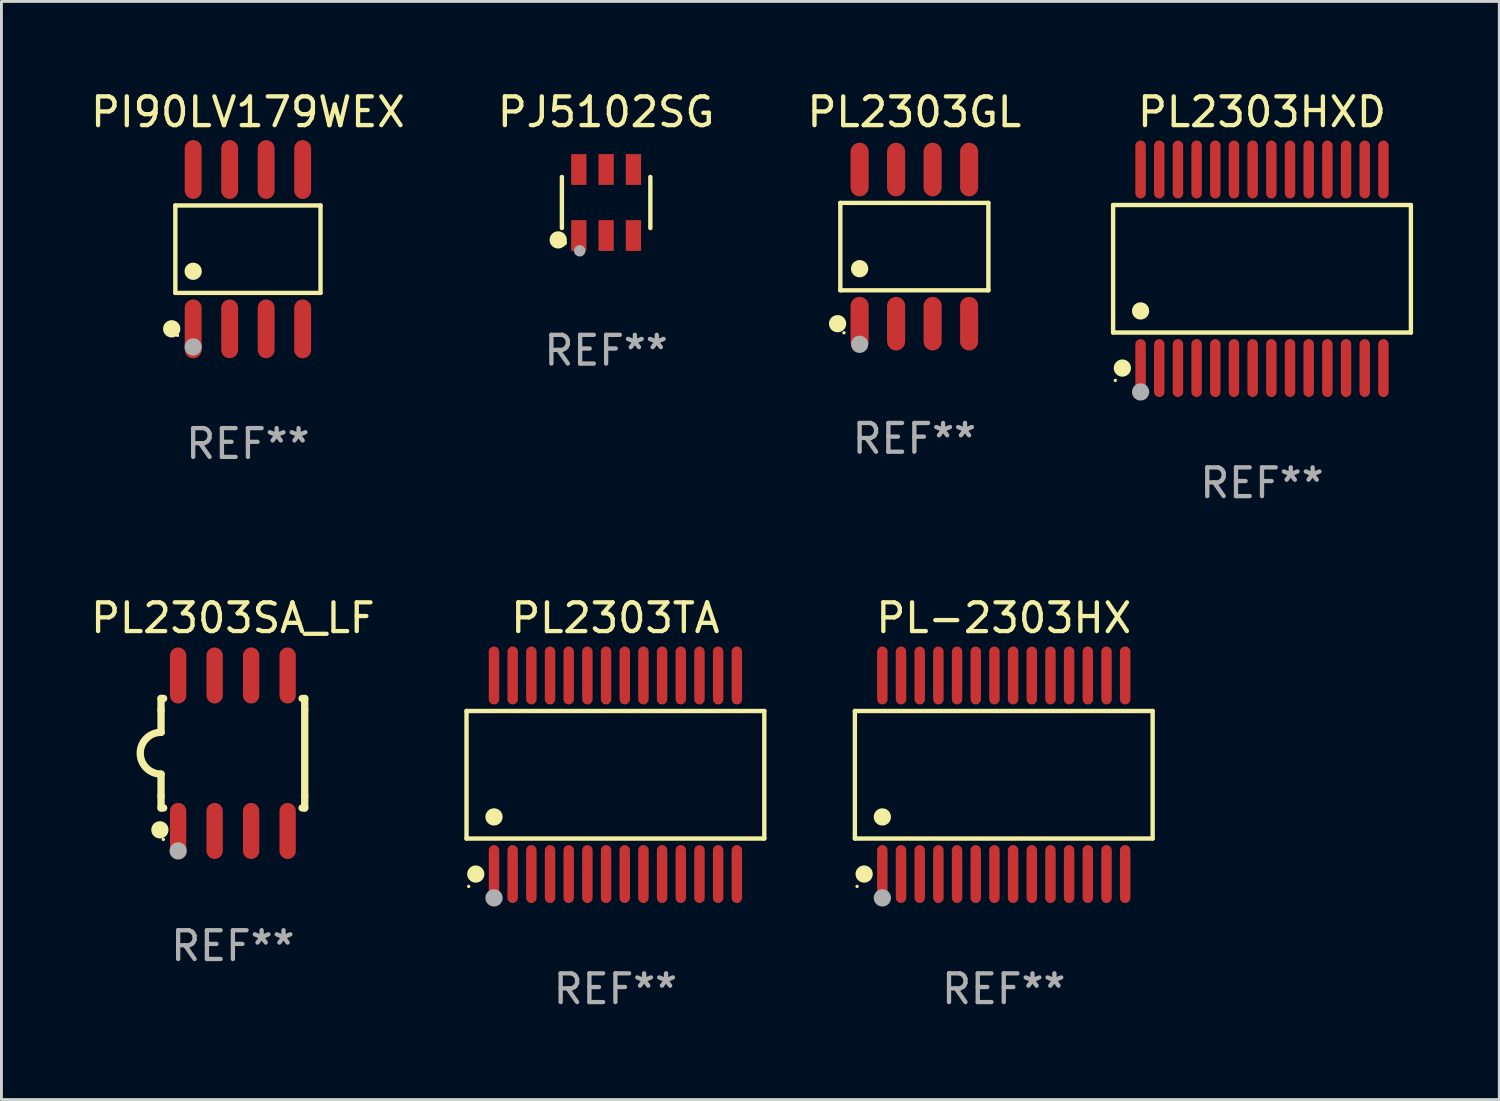
<source format=kicad_pcb>
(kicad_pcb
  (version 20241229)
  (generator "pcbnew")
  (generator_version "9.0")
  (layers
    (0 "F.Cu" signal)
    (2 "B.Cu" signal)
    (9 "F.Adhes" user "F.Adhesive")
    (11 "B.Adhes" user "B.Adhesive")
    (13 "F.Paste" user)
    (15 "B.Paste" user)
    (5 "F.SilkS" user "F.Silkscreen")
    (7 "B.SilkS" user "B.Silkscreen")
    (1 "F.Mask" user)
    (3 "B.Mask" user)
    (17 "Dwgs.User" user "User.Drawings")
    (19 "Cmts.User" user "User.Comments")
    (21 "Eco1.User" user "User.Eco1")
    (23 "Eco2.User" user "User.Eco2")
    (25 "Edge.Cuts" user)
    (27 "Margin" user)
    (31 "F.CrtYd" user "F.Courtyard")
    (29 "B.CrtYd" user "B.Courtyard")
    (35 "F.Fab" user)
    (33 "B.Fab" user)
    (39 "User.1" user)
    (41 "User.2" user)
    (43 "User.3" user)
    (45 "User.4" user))
  (footprint "PL2303TA"
    (layer "F.Cu")
    (at 18.365 23.91)
    (property "Reference" "PL2303TA" (at 0 -5.455 0) (layer "F.SilkS") (effects (font (size 1 1) (thickness 0.15))))
    (attr through_hole)
    (fp_line (start -5.181 -2.219) (end 5.181 -2.219) (stroke (width 0.152) (type solid)) (layer "F.SilkS"))
    (fp_line (start -5.181 2.219) (end -5.181 -2.219) (stroke (width 0.152) (type solid)) (layer "F.SilkS"))
    (fp_line (start 5.181 -2.219) (end 5.181 2.219) (stroke (width 0.152) (type solid)) (layer "F.SilkS"))
    (fp_line (start 5.181 2.219) (end -5.181 2.219) (stroke (width 0.152) (type solid)) (layer "F.SilkS"))
    (fp_circle (center -5.105 3.885) (end -5.075 3.885) (stroke (width 0.06) (type solid)) (fill no) (layer "F.SilkS"))
    (fp_circle (center -4.859 3.455) (end -4.709 3.455) (stroke (width 0.3) (type solid)) (fill no) (layer "F.SilkS"))
    (fp_circle (center -4.225 1.467) (end -4.075 1.467) (stroke (width 0.3) (type solid)) (fill no) (layer "F.SilkS"))
    (fp_circle (center -4.225 4.285) (end -4.075 4.285) (stroke (width 0.3) (type solid)) (fill no) (layer "F.Fab"))
    (fp_text user "REF**" (at 0 7.455 0) (layer "F.Fab") (effects (font (size 1 1) (thickness 0.15))))
    (pad "1" smd oval (at -4.225 3.455) (size 0.364 2.015) (layers "F.Cu" "F.Mask" "F.Paste"))
    (pad "2" smd oval (at -3.575 3.455) (size 0.364 2.015) (layers "F.Cu" "F.Mask" "F.Paste"))
    (pad "3" smd oval (at -2.925 3.455) (size 0.364 2.015) (layers "F.Cu" "F.Mask" "F.Paste"))
    (pad "4" smd oval (at -2.275 3.455) (size 0.364 2.015) (layers "F.Cu" "F.Mask" "F.Paste"))
    (pad "5" smd oval (at -1.625 3.455) (size 0.364 2.015) (layers "F.Cu" "F.Mask" "F.Paste"))
    (pad "6" smd oval (at -0.975 3.455) (size 0.364 2.015) (layers "F.Cu" "F.Mask" "F.Paste"))
    (pad "7" smd oval (at -0.325 3.455) (size 0.364 2.015) (layers "F.Cu" "F.Mask" "F.Paste"))
    (pad "8" smd oval (at 0.325 3.455) (size 0.364 2.015) (layers "F.Cu" "F.Mask" "F.Paste"))
    (pad "9" smd oval (at 0.975 3.455) (size 0.364 2.015) (layers "F.Cu" "F.Mask" "F.Paste"))
    (pad "10" smd oval (at 1.625 3.455) (size 0.364 2.015) (layers "F.Cu" "F.Mask" "F.Paste"))
    (pad "11" smd oval (at 2.275 3.455) (size 0.364 2.015) (layers "F.Cu" "F.Mask" "F.Paste"))
    (pad "12" smd oval (at 2.925 3.455) (size 0.364 2.015) (layers "F.Cu" "F.Mask" "F.Paste"))
    (pad "13" smd oval (at 3.575 3.455) (size 0.364 2.015) (layers "F.Cu" "F.Mask" "F.Paste"))
    (pad "14" smd oval (at 4.225 3.455) (size 0.364 2.015) (layers "F.Cu" "F.Mask" "F.Paste"))
    (pad "15" smd oval (at 4.225 -3.455) (size 0.364 2.015) (layers "F.Cu" "F.Mask" "F.Paste"))
    (pad "16" smd oval (at 3.575 -3.455) (size 0.364 2.015) (layers "F.Cu" "F.Mask" "F.Paste"))
    (pad "17" smd oval (at 2.925 -3.455) (size 0.364 2.015) (layers "F.Cu" "F.Mask" "F.Paste"))
    (pad "18" smd oval (at 2.275 -3.455) (size 0.364 2.015) (layers "F.Cu" "F.Mask" "F.Paste"))
    (pad "19" smd oval (at 1.625 -3.455) (size 0.364 2.015) (layers "F.Cu" "F.Mask" "F.Paste"))
    (pad "20" smd oval (at 0.975 -3.455) (size 0.364 2.015) (layers "F.Cu" "F.Mask" "F.Paste"))
    (pad "21" smd oval (at 0.325 -3.455) (size 0.364 2.015) (layers "F.Cu" "F.Mask" "F.Paste"))
    (pad "22" smd oval (at -0.325 -3.455) (size 0.364 2.015) (layers "F.Cu" "F.Mask" "F.Paste"))
    (pad "23" smd oval (at -0.975 -3.455) (size 0.364 2.015) (layers "F.Cu" "F.Mask" "F.Paste"))
    (pad "24" smd oval (at -1.625 -3.455) (size 0.364 2.015) (layers "F.Cu" "F.Mask" "F.Paste"))
    (pad "25" smd oval (at -2.275 -3.455) (size 0.364 2.015) (layers "F.Cu" "F.Mask" "F.Paste"))
    (pad "26" smd oval (at -2.925 -3.455) (size 0.364 2.015) (layers "F.Cu" "F.Mask" "F.Paste"))
    (pad "27" smd oval (at -3.575 -3.455) (size 0.364 2.015) (layers "F.Cu" "F.Mask" "F.Paste"))
    (pad "28" smd oval (at -4.225 -3.455) (size 0.364 2.015) (layers "F.Cu" "F.Mask" "F.Paste")))
  (footprint "PL-2303HX"
    (layer "F.Cu")
    (at 31.879 23.91)
    (property "Reference" "PL-2303HX" (at 0 -5.455 0) (layer "F.SilkS") (effects (font (size 1 1) (thickness 0.15))))
    (attr through_hole)
    (fp_line (start -5.181 -2.219) (end 5.181 -2.219) (stroke (width 0.152) (type solid)) (layer "F.SilkS"))
    (fp_line (start -5.181 2.219) (end -5.181 -2.219) (stroke (width 0.152) (type solid)) (layer "F.SilkS"))
    (fp_line (start 5.181 -2.219) (end 5.181 2.219) (stroke (width 0.152) (type solid)) (layer "F.SilkS"))
    (fp_line (start 5.181 2.219) (end -5.181 2.219) (stroke (width 0.152) (type solid)) (layer "F.SilkS"))
    (fp_circle (center -5.105 3.885) (end -5.075 3.885) (stroke (width 0.06) (type solid)) (fill no) (layer "F.SilkS"))
    (fp_circle (center -4.859 3.455) (end -4.709 3.455) (stroke (width 0.3) (type solid)) (fill no) (layer "F.SilkS"))
    (fp_circle (center -4.225 1.467) (end -4.075 1.467) (stroke (width 0.3) (type solid)) (fill no) (layer "F.SilkS"))
    (fp_circle (center -4.225 4.285) (end -4.075 4.285) (stroke (width 0.3) (type solid)) (fill no) (layer "F.Fab"))
    (fp_text user "REF**" (at 0 7.455 0) (layer "F.Fab") (effects (font (size 1 1) (thickness 0.15))))
    (pad "1" smd oval (at -4.225 3.455) (size 0.364 2.015) (layers "F.Cu" "F.Mask" "F.Paste"))
    (pad "2" smd oval (at -3.575 3.455) (size 0.364 2.015) (layers "F.Cu" "F.Mask" "F.Paste"))
    (pad "3" smd oval (at -2.925 3.455) (size 0.364 2.015) (layers "F.Cu" "F.Mask" "F.Paste"))
    (pad "4" smd oval (at -2.275 3.455) (size 0.364 2.015) (layers "F.Cu" "F.Mask" "F.Paste"))
    (pad "5" smd oval (at -1.625 3.455) (size 0.364 2.015) (layers "F.Cu" "F.Mask" "F.Paste"))
    (pad "6" smd oval (at -0.975 3.455) (size 0.364 2.015) (layers "F.Cu" "F.Mask" "F.Paste"))
    (pad "7" smd oval (at -0.325 3.455) (size 0.364 2.015) (layers "F.Cu" "F.Mask" "F.Paste"))
    (pad "8" smd oval (at 0.325 3.455) (size 0.364 2.015) (layers "F.Cu" "F.Mask" "F.Paste"))
    (pad "9" smd oval (at 0.975 3.455) (size 0.364 2.015) (layers "F.Cu" "F.Mask" "F.Paste"))
    (pad "10" smd oval (at 1.625 3.455) (size 0.364 2.015) (layers "F.Cu" "F.Mask" "F.Paste"))
    (pad "11" smd oval (at 2.275 3.455) (size 0.364 2.015) (layers "F.Cu" "F.Mask" "F.Paste"))
    (pad "12" smd oval (at 2.925 3.455) (size 0.364 2.015) (layers "F.Cu" "F.Mask" "F.Paste"))
    (pad "13" smd oval (at 3.575 3.455) (size 0.364 2.015) (layers "F.Cu" "F.Mask" "F.Paste"))
    (pad "14" smd oval (at 4.225 3.455) (size 0.364 2.015) (layers "F.Cu" "F.Mask" "F.Paste"))
    (pad "15" smd oval (at 4.225 -3.455) (size 0.364 2.015) (layers "F.Cu" "F.Mask" "F.Paste"))
    (pad "16" smd oval (at 3.575 -3.455) (size 0.364 2.015) (layers "F.Cu" "F.Mask" "F.Paste"))
    (pad "17" smd oval (at 2.925 -3.455) (size 0.364 2.015) (layers "F.Cu" "F.Mask" "F.Paste"))
    (pad "18" smd oval (at 2.275 -3.455) (size 0.364 2.015) (layers "F.Cu" "F.Mask" "F.Paste"))
    (pad "19" smd oval (at 1.625 -3.455) (size 0.364 2.015) (layers "F.Cu" "F.Mask" "F.Paste"))
    (pad "20" smd oval (at 0.975 -3.455) (size 0.364 2.015) (layers "F.Cu" "F.Mask" "F.Paste"))
    (pad "21" smd oval (at 0.325 -3.455) (size 0.364 2.015) (layers "F.Cu" "F.Mask" "F.Paste"))
    (pad "22" smd oval (at -0.325 -3.455) (size 0.364 2.015) (layers "F.Cu" "F.Mask" "F.Paste"))
    (pad "23" smd oval (at -0.975 -3.455) (size 0.364 2.015) (layers "F.Cu" "F.Mask" "F.Paste"))
    (pad "24" smd oval (at -1.625 -3.455) (size 0.364 2.015) (layers "F.Cu" "F.Mask" "F.Paste"))
    (pad "25" smd oval (at -2.275 -3.455) (size 0.364 2.015) (layers "F.Cu" "F.Mask" "F.Paste"))
    (pad "26" smd oval (at -2.925 -3.455) (size 0.364 2.015) (layers "F.Cu" "F.Mask" "F.Paste"))
    (pad "27" smd oval (at -3.575 -3.455) (size 0.364 2.015) (layers "F.Cu" "F.Mask" "F.Paste"))
    (pad "28" smd oval (at -4.225 -3.455) (size 0.364 2.015) (layers "F.Cu" "F.Mask" "F.Paste")))
  (footprint "PL2303SA_LF"
    (layer "F.Cu")
    (at 5.054 23.16)
    (property "Reference" "PL2303SA_LF" (at 0 -4.705 0) (layer "F.SilkS") (effects (font (size 1 1) (thickness 0.15))))
    (attr through_hole)
    (fp_line (start -2.5 -1.905) (end -2.409 -1.905) (stroke (width 0.254) (type solid)) (layer "F.SilkS"))
    (fp_line (start -2.5 -1.5) (end -2.5 -1.905) (stroke (width 0.254) (type solid)) (layer "F.SilkS"))
    (fp_line (start -2.5 -1.5) (end -2.5 -0.726) (stroke (width 0.254) (type solid)) (layer "F.SilkS"))
    (fp_line (start -2.5 1.5) (end -2.5 0.727) (stroke (width 0.254) (type solid)) (layer "F.SilkS"))
    (fp_line (start -2.5 1.5) (end -2.5 1.905) (stroke (width 0.254) (type solid)) (layer "F.SilkS"))
    (fp_line (start -2.5 1.905) (end -2.409 1.905) (stroke (width 0.254) (type solid)) (layer "F.SilkS"))
    (fp_line (start 2.5 -1.905) (end 2.409 -1.905) (stroke (width 0.254) (type solid)) (layer "F.SilkS"))
    (fp_line (start 2.5 -1.5) (end 2.5 -1.905) (stroke (width 0.254) (type solid)) (layer "F.SilkS"))
    (fp_line (start 2.5 -1.5) (end 2.5 1.5) (stroke (width 0.254) (type solid)) (layer "F.SilkS"))
    (fp_line (start 2.5 1.5) (end 2.5 1.905) (stroke (width 0.254) (type solid)) (layer "F.SilkS"))
    (fp_line (start 2.5 1.905) (end 2.409 1.905) (stroke (width 0.254) (type solid)) (layer "F.SilkS"))
    (fp_arc (start -2.5 0.726568) (mid -3.220316 -0.0023) (end -2.495097 -0.726289) (stroke (width 0.254001) (type solid)) (layer "F.SilkS"))
    (fp_circle (center -2.54 2.667) (end -2.39 2.667) (stroke (width 0.3) (type solid)) (fill no) (layer "F.SilkS"))
    (fp_circle (center -2.42 3) (end -2.39 3) (stroke (width 0.06) (type solid)) (fill no) (layer "F.SilkS"))
    (fp_circle (center -1.905 3.4) (end -1.755 3.4) (stroke (width 0.3) (type solid)) (fill no) (layer "F.Fab"))
    (fp_text user "REF**" (at 0 6.705 0) (layer "F.Fab") (effects (font (size 1 1) (thickness 0.15))))
    (pad "1" smd oval (at -1.905 2.705) (size 0.568 1.95) (layers "F.Cu" "F.Mask" "F.Paste"))
    (pad "2" smd oval (at -0.635 2.705) (size 0.568 1.95) (layers "F.Cu" "F.Mask" "F.Paste"))
    (pad "3" smd oval (at 0.635 2.705) (size 0.568 1.95) (layers "F.Cu" "F.Mask" "F.Paste"))
    (pad "4" smd oval (at 1.905 2.705) (size 0.568 1.95) (layers "F.Cu" "F.Mask" "F.Paste"))
    (pad "5" smd oval (at 1.905 -2.705) (size 0.568 1.95) (layers "F.Cu" "F.Mask" "F.Paste"))
    (pad "6" smd oval (at 0.635 -2.705) (size 0.568 1.95) (layers "F.Cu" "F.Mask" "F.Paste"))
    (pad "7" smd oval (at -0.635 -2.705) (size 0.568 1.95) (layers "F.Cu" "F.Mask" "F.Paste"))
    (pad "8" smd oval (at -1.905 -2.705) (size 0.568 1.95) (layers "F.Cu" "F.Mask" "F.Paste")))
  (footprint "PJ5102SG"
    (layer "F.Cu")
    (at 18.042 3.997)
    (property "Reference" "PJ5102SG" (at 0 -3.149 0) (layer "F.SilkS") (effects (font (size 1 1) (thickness 0.15))))
    (attr through_hole)
    (fp_line (start -1.539 0.889) (end -1.539 -0.889) (stroke (width 0.152) (type solid)) (layer "F.SilkS"))
    (fp_line (start 1.539 0.889) (end 1.539 -0.889) (stroke (width 0.152) (type solid)) (layer "F.SilkS"))
    (fp_circle (center -1.668 1.301) (end -1.518 1.301) (stroke (width 0.3) (type solid)) (fill no) (layer "F.SilkS"))
    (fp_circle (center -1.463 1.4) (end -1.413 1.4) (stroke (width 0.1) (type solid)) (fill no) (layer "F.SilkS"))
    (fp_circle (center -0.92 1.68) (end -0.82 1.68) (stroke (width 0.2) (type solid)) (fill no) (layer "F.Fab"))
    (fp_text user "REF**" (at 0 5.149 0) (layer "F.Fab") (effects (font (size 1 1) (thickness 0.15))))
    (pad "1" smd rect (at -0.95 1.149) (size 0.532 1.072) (layers "F.Cu" "F.Mask" "F.Paste"))
    (pad "2" smd rect (at 0 1.149) (size 0.532 1.072) (layers "F.Cu" "F.Mask" "F.Paste"))
    (pad "3" smd rect (at 0.95 1.149) (size 0.532 1.072) (layers "F.Cu" "F.Mask" "F.Paste"))
    (pad "4" smd rect (at 0.95 -1.149) (size 0.532 1.072) (layers "F.Cu" "F.Mask" "F.Paste"))
    (pad "5" smd rect (at 0 -1.149) (size 0.532 1.072) (layers "F.Cu" "F.Mask" "F.Paste"))
    (pad "6" smd rect (at -0.95 -1.149) (size 0.532 1.072) (layers "F.Cu" "F.Mask" "F.Paste")))
  (footprint "PI90LV179WEX"
    (layer "F.Cu")
    (at 5.577 5.621)
    (property "Reference" "PI90LV179WEX" (at 0 -4.772 0) (layer "F.SilkS") (effects (font (size 1 1) (thickness 0.15))))
    (attr through_hole)
    (fp_line (start -2.526 -1.521) (end 2.526 -1.521) (stroke (width 0.152) (type solid)) (layer "F.SilkS"))
    (fp_line (start -2.526 1.521) (end -2.526 -1.521) (stroke (width 0.152) (type solid)) (layer "F.SilkS"))
    (fp_line (start 2.526 -1.521) (end 2.526 1.521) (stroke (width 0.152) (type solid)) (layer "F.SilkS"))
    (fp_line (start 2.526 1.521) (end -2.526 1.521) (stroke (width 0.152) (type solid)) (layer "F.SilkS"))
    (fp_circle (center -2.652 2.772) (end -2.501 2.772) (stroke (width 0.3) (type solid)) (fill no) (layer "F.SilkS"))
    (fp_circle (center -2.45 3) (end -2.42 3) (stroke (width 0.06) (type solid)) (fill no) (layer "F.SilkS"))
    (fp_circle (center -1.905 0.769) (end -1.755 0.769) (stroke (width 0.3) (type solid)) (fill no) (layer "F.SilkS"))
    (fp_circle (center -1.905 3.4) (end -1.755 3.4) (stroke (width 0.3) (type solid)) (fill no) (layer "F.Fab"))
    (fp_text user "REF**" (at 0 6.772 0) (layer "F.Fab") (effects (font (size 1 1) (thickness 0.15))))
    (pad "1" smd oval (at -1.905 2.772) (size 0.588 2.045) (layers "F.Cu" "F.Mask" "F.Paste"))
    (pad "2" smd oval (at -0.635 2.772) (size 0.588 2.045) (layers "F.Cu" "F.Mask" "F.Paste"))
    (pad "3" smd oval (at 0.635 2.772) (size 0.588 2.045) (layers "F.Cu" "F.Mask" "F.Paste"))
    (pad "4" smd oval (at 1.905 2.772) (size 0.588 2.045) (layers "F.Cu" "F.Mask" "F.Paste"))
    (pad "5" smd oval (at 1.905 -2.772) (size 0.588 2.045) (layers "F.Cu" "F.Mask" "F.Paste"))
    (pad "6" smd oval (at 0.635 -2.772) (size 0.588 2.045) (layers "F.Cu" "F.Mask" "F.Paste"))
    (pad "7" smd oval (at -0.635 -2.772) (size 0.588 2.045) (layers "F.Cu" "F.Mask" "F.Paste"))
    (pad "8" smd oval (at -1.905 -2.772) (size 0.588 2.045) (layers "F.Cu" "F.Mask" "F.Paste")))
  (footprint "PL2303GL"
    (layer "F.Cu")
    (at 28.768 5.531)
    (property "Reference" "PL2303GL" (at 0 -4.682 0) (layer "F.SilkS") (effects (font (size 1 1) (thickness 0.15))))
    (attr through_hole)
    (fp_line (start -2.576 -1.521) (end 2.576 -1.521) (stroke (width 0.152) (type solid)) (layer "F.SilkS"))
    (fp_line (start -2.576 1.521) (end -2.576 -1.521) (stroke (width 0.152) (type solid)) (layer "F.SilkS"))
    (fp_line (start 2.576 -1.521) (end 2.576 1.521) (stroke (width 0.152) (type solid)) (layer "F.SilkS"))
    (fp_line (start 2.576 1.521) (end -2.576 1.521) (stroke (width 0.152) (type solid)) (layer "F.SilkS"))
    (fp_circle (center -2.672 2.682) (end -2.522 2.682) (stroke (width 0.3) (type solid)) (fill no) (layer "F.SilkS"))
    (fp_circle (center -2.45 3) (end -2.42 3) (stroke (width 0.06) (type solid)) (fill no) (layer "F.SilkS"))
    (fp_circle (center -1.905 0.769) (end -1.755 0.769) (stroke (width 0.3) (type solid)) (fill no) (layer "F.SilkS"))
    (fp_circle (center -1.905 3.4) (end -1.755 3.4) (stroke (width 0.3) (type solid)) (fill no) (layer "F.Fab"))
    (fp_text user "REF**" (at 0 6.682 0) (layer "F.Fab") (effects (font (size 1 1) (thickness 0.15))))
    (pad "1" smd oval (at -1.905 2.682) (size 0.63 1.865) (layers "F.Cu" "F.Mask" "F.Paste"))
    (pad "2" smd oval (at -0.635 2.682) (size 0.63 1.865) (layers "F.Cu" "F.Mask" "F.Paste"))
    (pad "3" smd oval (at 0.635 2.682) (size 0.63 1.865) (layers "F.Cu" "F.Mask" "F.Paste"))
    (pad "4" smd oval (at 1.905 2.682) (size 0.63 1.865) (layers "F.Cu" "F.Mask" "F.Paste"))
    (pad "5" smd oval (at 1.905 -2.682) (size 0.63 1.865) (layers "F.Cu" "F.Mask" "F.Paste"))
    (pad "6" smd oval (at 0.635 -2.682) (size 0.63 1.865) (layers "F.Cu" "F.Mask" "F.Paste"))
    (pad "7" smd oval (at -0.635 -2.682) (size 0.63 1.865) (layers "F.Cu" "F.Mask" "F.Paste"))
    (pad "8" smd oval (at -1.905 -2.682) (size 0.63 1.865) (layers "F.Cu" "F.Mask" "F.Paste")))
  (footprint "PL2303HXD"
    (layer "F.Cu")
    (at 40.865 6.303)
    (property "Reference" "PL2303HXD" (at 0 -5.455 0) (layer "F.SilkS") (effects (font (size 1 1) (thickness 0.15))))
    (attr through_hole)
    (fp_line (start -5.181 -2.219) (end 5.181 -2.219) (stroke (width 0.152) (type solid)) (layer "F.SilkS"))
    (fp_line (start -5.181 2.219) (end -5.181 -2.219) (stroke (width 0.152) (type solid)) (layer "F.SilkS"))
    (fp_line (start 5.181 -2.219) (end 5.181 2.219) (stroke (width 0.152) (type solid)) (layer "F.SilkS"))
    (fp_line (start 5.181 2.219) (end -5.181 2.219) (stroke (width 0.152) (type solid)) (layer "F.SilkS"))
    (fp_circle (center -5.105 3.885) (end -5.075 3.885) (stroke (width 0.06) (type solid)) (fill no) (layer "F.SilkS"))
    (fp_circle (center -4.859 3.455) (end -4.709 3.455) (stroke (width 0.3) (type solid)) (fill no) (layer "F.SilkS"))
    (fp_circle (center -4.225 1.467) (end -4.075 1.467) (stroke (width 0.3) (type solid)) (fill no) (layer "F.SilkS"))
    (fp_circle (center -4.225 4.285) (end -4.075 4.285) (stroke (width 0.3) (type solid)) (fill no) (layer "F.Fab"))
    (fp_text user "REF**" (at 0 7.455 0) (layer "F.Fab") (effects (font (size 1 1) (thickness 0.15))))
    (pad "1" smd oval (at -4.225 3.455) (size 0.364 2.015) (layers "F.Cu" "F.Mask" "F.Paste"))
    (pad "2" smd oval (at -3.575 3.455) (size 0.364 2.015) (layers "F.Cu" "F.Mask" "F.Paste"))
    (pad "3" smd oval (at -2.925 3.455) (size 0.364 2.015) (layers "F.Cu" "F.Mask" "F.Paste"))
    (pad "4" smd oval (at -2.275 3.455) (size 0.364 2.015) (layers "F.Cu" "F.Mask" "F.Paste"))
    (pad "5" smd oval (at -1.625 3.455) (size 0.364 2.015) (layers "F.Cu" "F.Mask" "F.Paste"))
    (pad "6" smd oval (at -0.975 3.455) (size 0.364 2.015) (layers "F.Cu" "F.Mask" "F.Paste"))
    (pad "7" smd oval (at -0.325 3.455) (size 0.364 2.015) (layers "F.Cu" "F.Mask" "F.Paste"))
    (pad "8" smd oval (at 0.325 3.455) (size 0.364 2.015) (layers "F.Cu" "F.Mask" "F.Paste"))
    (pad "9" smd oval (at 0.975 3.455) (size 0.364 2.015) (layers "F.Cu" "F.Mask" "F.Paste"))
    (pad "10" smd oval (at 1.625 3.455) (size 0.364 2.015) (layers "F.Cu" "F.Mask" "F.Paste"))
    (pad "11" smd oval (at 2.275 3.455) (size 0.364 2.015) (layers "F.Cu" "F.Mask" "F.Paste"))
    (pad "12" smd oval (at 2.925 3.455) (size 0.364 2.015) (layers "F.Cu" "F.Mask" "F.Paste"))
    (pad "13" smd oval (at 3.575 3.455) (size 0.364 2.015) (layers "F.Cu" "F.Mask" "F.Paste"))
    (pad "14" smd oval (at 4.225 3.455) (size 0.364 2.015) (layers "F.Cu" "F.Mask" "F.Paste"))
    (pad "15" smd oval (at 4.225 -3.455) (size 0.364 2.015) (layers "F.Cu" "F.Mask" "F.Paste"))
    (pad "16" smd oval (at 3.575 -3.455) (size 0.364 2.015) (layers "F.Cu" "F.Mask" "F.Paste"))
    (pad "17" smd oval (at 2.925 -3.455) (size 0.364 2.015) (layers "F.Cu" "F.Mask" "F.Paste"))
    (pad "18" smd oval (at 2.275 -3.455) (size 0.364 2.015) (layers "F.Cu" "F.Mask" "F.Paste"))
    (pad "19" smd oval (at 1.625 -3.455) (size 0.364 2.015) (layers "F.Cu" "F.Mask" "F.Paste"))
    (pad "20" smd oval (at 0.975 -3.455) (size 0.364 2.015) (layers "F.Cu" "F.Mask" "F.Paste"))
    (pad "21" smd oval (at 0.325 -3.455) (size 0.364 2.015) (layers "F.Cu" "F.Mask" "F.Paste"))
    (pad "22" smd oval (at -0.325 -3.455) (size 0.364 2.015) (layers "F.Cu" "F.Mask" "F.Paste"))
    (pad "23" smd oval (at -0.975 -3.455) (size 0.364 2.015) (layers "F.Cu" "F.Mask" "F.Paste"))
    (pad "24" smd oval (at -1.625 -3.455) (size 0.364 2.015) (layers "F.Cu" "F.Mask" "F.Paste"))
    (pad "25" smd oval (at -2.275 -3.455) (size 0.364 2.015) (layers "F.Cu" "F.Mask" "F.Paste"))
    (pad "26" smd oval (at -2.925 -3.455) (size 0.364 2.015) (layers "F.Cu" "F.Mask" "F.Paste"))
    (pad "27" smd oval (at -3.575 -3.455) (size 0.364 2.015) (layers "F.Cu" "F.Mask" "F.Paste"))
    (pad "28" smd oval (at -4.225 -3.455) (size 0.364 2.015) (layers "F.Cu" "F.Mask" "F.Paste")))
  (gr_rect
    (start -3 -3)
    (end 49.122 35.214)
    (stroke (width 0.1) (type default))
    (fill no)
    (layer "Edge.Cuts")))
</source>
